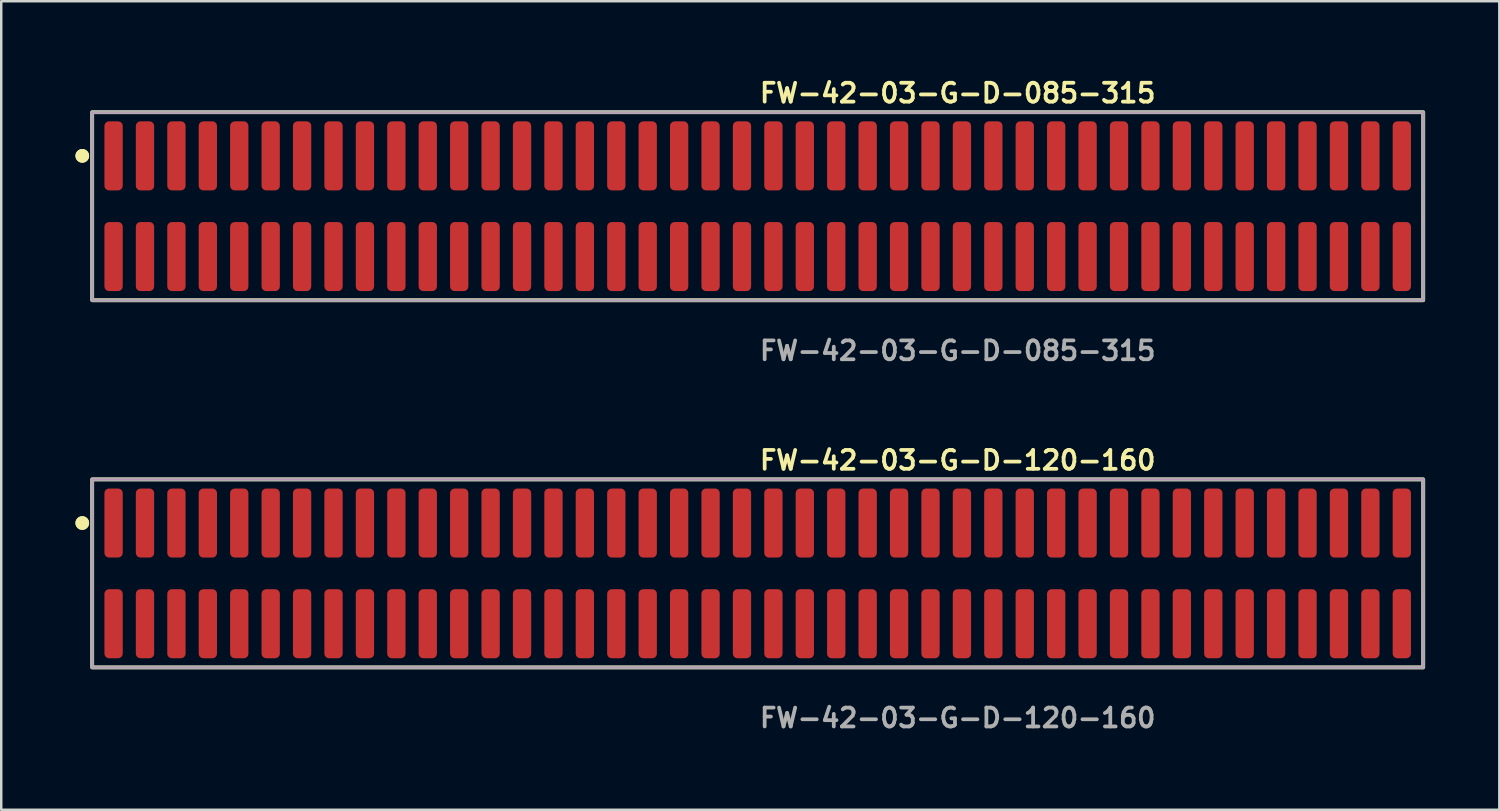
<source format=kicad_pcb>
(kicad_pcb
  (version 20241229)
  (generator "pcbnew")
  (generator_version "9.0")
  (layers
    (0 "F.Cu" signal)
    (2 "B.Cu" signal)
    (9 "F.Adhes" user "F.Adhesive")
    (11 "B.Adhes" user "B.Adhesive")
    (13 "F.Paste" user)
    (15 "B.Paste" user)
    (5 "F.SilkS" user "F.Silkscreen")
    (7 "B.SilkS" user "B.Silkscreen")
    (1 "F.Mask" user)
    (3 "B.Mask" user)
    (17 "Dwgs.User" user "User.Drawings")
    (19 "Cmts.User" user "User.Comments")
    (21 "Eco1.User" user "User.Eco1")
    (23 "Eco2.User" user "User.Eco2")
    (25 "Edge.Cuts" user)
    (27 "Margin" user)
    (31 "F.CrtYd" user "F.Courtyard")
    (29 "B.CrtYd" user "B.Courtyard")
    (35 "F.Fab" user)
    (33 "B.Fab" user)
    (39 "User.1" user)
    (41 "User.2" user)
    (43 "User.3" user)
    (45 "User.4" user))
  (footprint "FW-42-03-G-D-085-315"
    (layer "F.Cu")
    (at 27.576 5.285)
    (property "Reference" "FW-42-03-G-D-085-315" (at 0 -4.572 0) (unlocked yes) (layer "F.SilkS") (effects (font (size 0.762 0.762) (thickness 0.152)) (justify left)))
    (fp_rect (start -26.9 3.8) (end 26.9 -3.8) (stroke (width 0.152) (type solid)) (fill no) (layer "F.SilkS"))
    (fp_circle (center -27.3 -2.035) (end -27.5 -2.035) (stroke (width 0.152) (type solid)) (fill yes) (layer "F.SilkS"))
    (fp_circle (center -27.3 -2.035) (end -27.5 -2.035) (stroke (width 0.152) (type solid)) (fill yes) (layer "F.SilkS"))
    (fp_rect (start -26.9 3.8) (end 26.9 -3.8) (stroke (width 0.006) (type solid)) (fill no) (layer "F.CrtYd"))
    (fp_rect (start -26.9 3.8) (end 26.9 -3.8) (stroke (width 0.152) (type solid)) (fill no) (layer "F.Fab"))
    (fp_text user "${REFERENCE}" (at 0 5.842 0) (unlocked yes) (layer "F.Fab") (effects (font (size 0.762 0.762) (thickness 0.152)) (justify left)))
    (pad "1" smd roundrect (at -26.035 -2.035) (size 0.74 2.79) (layers "F.Cu" "F.Paste") (roundrect_rratio 0.25))
    (pad "2" smd roundrect (at -26.035 2.035) (size 0.74 2.79) (layers "F.Cu" "F.Paste") (roundrect_rratio 0.25))
    (pad "3" smd roundrect (at -24.765 -2.035) (size 0.74 2.79) (layers "F.Cu" "F.Paste") (roundrect_rratio 0.25))
    (pad "4" smd roundrect (at -24.765 2.035) (size 0.74 2.79) (layers "F.Cu" "F.Paste") (roundrect_rratio 0.25))
    (pad "5" smd roundrect (at -23.495 -2.035) (size 0.74 2.79) (layers "F.Cu" "F.Paste") (roundrect_rratio 0.25))
    (pad "6" smd roundrect (at -23.495 2.035) (size 0.74 2.79) (layers "F.Cu" "F.Paste") (roundrect_rratio 0.25))
    (pad "7" smd roundrect (at -22.225 -2.035) (size 0.74 2.79) (layers "F.Cu" "F.Paste") (roundrect_rratio 0.25))
    (pad "8" smd roundrect (at -22.225 2.035) (size 0.74 2.79) (layers "F.Cu" "F.Paste") (roundrect_rratio 0.25))
    (pad "9" smd roundrect (at -20.955 -2.035) (size 0.74 2.79) (layers "F.Cu" "F.Paste") (roundrect_rratio 0.25))
    (pad "10" smd roundrect (at -20.955 2.035) (size 0.74 2.79) (layers "F.Cu" "F.Paste") (roundrect_rratio 0.25))
    (pad "11" smd roundrect (at -19.685 -2.035) (size 0.74 2.79) (layers "F.Cu" "F.Paste") (roundrect_rratio 0.25))
    (pad "12" smd roundrect (at -19.685 2.035) (size 0.74 2.79) (layers "F.Cu" "F.Paste") (roundrect_rratio 0.25))
    (pad "13" smd roundrect (at -18.415 -2.035) (size 0.74 2.79) (layers "F.Cu" "F.Paste") (roundrect_rratio 0.25))
    (pad "14" smd roundrect (at -18.415 2.035) (size 0.74 2.79) (layers "F.Cu" "F.Paste") (roundrect_rratio 0.25))
    (pad "15" smd roundrect (at -17.145 -2.035) (size 0.74 2.79) (layers "F.Cu" "F.Paste") (roundrect_rratio 0.25))
    (pad "16" smd roundrect (at -17.145 2.035) (size 0.74 2.79) (layers "F.Cu" "F.Paste") (roundrect_rratio 0.25))
    (pad "17" smd roundrect (at -15.875 -2.035) (size 0.74 2.79) (layers "F.Cu" "F.Paste") (roundrect_rratio 0.25))
    (pad "18" smd roundrect (at -15.875 2.035) (size 0.74 2.79) (layers "F.Cu" "F.Paste") (roundrect_rratio 0.25))
    (pad "19" smd roundrect (at -14.605 -2.035) (size 0.74 2.79) (layers "F.Cu" "F.Paste") (roundrect_rratio 0.25))
    (pad "20" smd roundrect (at -14.605 2.035) (size 0.74 2.79) (layers "F.Cu" "F.Paste") (roundrect_rratio 0.25))
    (pad "21" smd roundrect (at -13.335 -2.035) (size 0.74 2.79) (layers "F.Cu" "F.Paste") (roundrect_rratio 0.25))
    (pad "22" smd roundrect (at -13.335 2.035) (size 0.74 2.79) (layers "F.Cu" "F.Paste") (roundrect_rratio 0.25))
    (pad "23" smd roundrect (at -12.065 -2.035) (size 0.74 2.79) (layers "F.Cu" "F.Paste") (roundrect_rratio 0.25))
    (pad "24" smd roundrect (at -12.065 2.035) (size 0.74 2.79) (layers "F.Cu" "F.Paste") (roundrect_rratio 0.25))
    (pad "25" smd roundrect (at -10.795 -2.035) (size 0.74 2.79) (layers "F.Cu" "F.Paste") (roundrect_rratio 0.25))
    (pad "26" smd roundrect (at -10.795 2.035) (size 0.74 2.79) (layers "F.Cu" "F.Paste") (roundrect_rratio 0.25))
    (pad "27" smd roundrect (at -9.525 -2.035) (size 0.74 2.79) (layers "F.Cu" "F.Paste") (roundrect_rratio 0.25))
    (pad "28" smd roundrect (at -9.525 2.035) (size 0.74 2.79) (layers "F.Cu" "F.Paste") (roundrect_rratio 0.25))
    (pad "29" smd roundrect (at -8.255 -2.035) (size 0.74 2.79) (layers "F.Cu" "F.Paste") (roundrect_rratio 0.25))
    (pad "30" smd roundrect (at -8.255 2.035) (size 0.74 2.79) (layers "F.Cu" "F.Paste") (roundrect_rratio 0.25))
    (pad "31" smd roundrect (at -6.985 -2.035) (size 0.74 2.79) (layers "F.Cu" "F.Paste") (roundrect_rratio 0.25))
    (pad "32" smd roundrect (at -6.985 2.035) (size 0.74 2.79) (layers "F.Cu" "F.Paste") (roundrect_rratio 0.25))
    (pad "33" smd roundrect (at -5.715 -2.035) (size 0.74 2.79) (layers "F.Cu" "F.Paste") (roundrect_rratio 0.25))
    (pad "34" smd roundrect (at -5.715 2.035) (size 0.74 2.79) (layers "F.Cu" "F.Paste") (roundrect_rratio 0.25))
    (pad "35" smd roundrect (at -4.445 -2.035) (size 0.74 2.79) (layers "F.Cu" "F.Paste") (roundrect_rratio 0.25))
    (pad "36" smd roundrect (at -4.445 2.035) (size 0.74 2.79) (layers "F.Cu" "F.Paste") (roundrect_rratio 0.25))
    (pad "37" smd roundrect (at -3.175 -2.035) (size 0.74 2.79) (layers "F.Cu" "F.Paste") (roundrect_rratio 0.25))
    (pad "38" smd roundrect (at -3.175 2.035) (size 0.74 2.79) (layers "F.Cu" "F.Paste") (roundrect_rratio 0.25))
    (pad "39" smd roundrect (at -1.905 -2.035) (size 0.74 2.79) (layers "F.Cu" "F.Paste") (roundrect_rratio 0.25))
    (pad "40" smd roundrect (at -1.905 2.035) (size 0.74 2.79) (layers "F.Cu" "F.Paste") (roundrect_rratio 0.25))
    (pad "41" smd roundrect (at -0.635 -2.035) (size 0.74 2.79) (layers "F.Cu" "F.Paste") (roundrect_rratio 0.25))
    (pad "42" smd roundrect (at -0.635 2.035) (size 0.74 2.79) (layers "F.Cu" "F.Paste") (roundrect_rratio 0.25))
    (pad "43" smd roundrect (at 0.635 -2.035) (size 0.74 2.79) (layers "F.Cu" "F.Paste") (roundrect_rratio 0.25))
    (pad "44" smd roundrect (at 0.635 2.035) (size 0.74 2.79) (layers "F.Cu" "F.Paste") (roundrect_rratio 0.25))
    (pad "45" smd roundrect (at 1.905 -2.035) (size 0.74 2.79) (layers "F.Cu" "F.Paste") (roundrect_rratio 0.25))
    (pad "46" smd roundrect (at 1.905 2.035) (size 0.74 2.79) (layers "F.Cu" "F.Paste") (roundrect_rratio 0.25))
    (pad "47" smd roundrect (at 3.175 -2.035) (size 0.74 2.79) (layers "F.Cu" "F.Paste") (roundrect_rratio 0.25))
    (pad "48" smd roundrect (at 3.175 2.035) (size 0.74 2.79) (layers "F.Cu" "F.Paste") (roundrect_rratio 0.25))
    (pad "49" smd roundrect (at 4.445 -2.035) (size 0.74 2.79) (layers "F.Cu" "F.Paste") (roundrect_rratio 0.25))
    (pad "50" smd roundrect (at 4.445 2.035) (size 0.74 2.79) (layers "F.Cu" "F.Paste") (roundrect_rratio 0.25))
    (pad "51" smd roundrect (at 5.715 -2.035) (size 0.74 2.79) (layers "F.Cu" "F.Paste") (roundrect_rratio 0.25))
    (pad "52" smd roundrect (at 5.715 2.035) (size 0.74 2.79) (layers "F.Cu" "F.Paste") (roundrect_rratio 0.25))
    (pad "53" smd roundrect (at 6.985 -2.035) (size 0.74 2.79) (layers "F.Cu" "F.Paste") (roundrect_rratio 0.25))
    (pad "54" smd roundrect (at 6.985 2.035) (size 0.74 2.79) (layers "F.Cu" "F.Paste") (roundrect_rratio 0.25))
    (pad "55" smd roundrect (at 8.255 -2.035) (size 0.74 2.79) (layers "F.Cu" "F.Paste") (roundrect_rratio 0.25))
    (pad "56" smd roundrect (at 8.255 2.035) (size 0.74 2.79) (layers "F.Cu" "F.Paste") (roundrect_rratio 0.25))
    (pad "57" smd roundrect (at 9.525 -2.035) (size 0.74 2.79) (layers "F.Cu" "F.Paste") (roundrect_rratio 0.25))
    (pad "58" smd roundrect (at 9.525 2.035) (size 0.74 2.79) (layers "F.Cu" "F.Paste") (roundrect_rratio 0.25))
    (pad "59" smd roundrect (at 10.795 -2.035) (size 0.74 2.79) (layers "F.Cu" "F.Paste") (roundrect_rratio 0.25))
    (pad "60" smd roundrect (at 10.795 2.035) (size 0.74 2.79) (layers "F.Cu" "F.Paste") (roundrect_rratio 0.25))
    (pad "61" smd roundrect (at 12.065 -2.035) (size 0.74 2.79) (layers "F.Cu" "F.Paste") (roundrect_rratio 0.25))
    (pad "62" smd roundrect (at 12.065 2.035) (size 0.74 2.79) (layers "F.Cu" "F.Paste") (roundrect_rratio 0.25))
    (pad "63" smd roundrect (at 13.335 -2.035) (size 0.74 2.79) (layers "F.Cu" "F.Paste") (roundrect_rratio 0.25))
    (pad "64" smd roundrect (at 13.335 2.035) (size 0.74 2.79) (layers "F.Cu" "F.Paste") (roundrect_rratio 0.25))
    (pad "65" smd roundrect (at 14.605 -2.035) (size 0.74 2.79) (layers "F.Cu" "F.Paste") (roundrect_rratio 0.25))
    (pad "66" smd roundrect (at 14.605 2.035) (size 0.74 2.79) (layers "F.Cu" "F.Paste") (roundrect_rratio 0.25))
    (pad "67" smd roundrect (at 15.875 -2.035) (size 0.74 2.79) (layers "F.Cu" "F.Paste") (roundrect_rratio 0.25))
    (pad "68" smd roundrect (at 15.875 2.035) (size 0.74 2.79) (layers "F.Cu" "F.Paste") (roundrect_rratio 0.25))
    (pad "69" smd roundrect (at 17.145 -2.035) (size 0.74 2.79) (layers "F.Cu" "F.Paste") (roundrect_rratio 0.25))
    (pad "70" smd roundrect (at 17.145 2.035) (size 0.74 2.79) (layers "F.Cu" "F.Paste") (roundrect_rratio 0.25))
    (pad "71" smd roundrect (at 18.415 -2.035) (size 0.74 2.79) (layers "F.Cu" "F.Paste") (roundrect_rratio 0.25))
    (pad "72" smd roundrect (at 18.415 2.035) (size 0.74 2.79) (layers "F.Cu" "F.Paste") (roundrect_rratio 0.25))
    (pad "73" smd roundrect (at 19.685 -2.035) (size 0.74 2.79) (layers "F.Cu" "F.Paste") (roundrect_rratio 0.25))
    (pad "74" smd roundrect (at 19.685 2.035) (size 0.74 2.79) (layers "F.Cu" "F.Paste") (roundrect_rratio 0.25))
    (pad "75" smd roundrect (at 20.955 -2.035) (size 0.74 2.79) (layers "F.Cu" "F.Paste") (roundrect_rratio 0.25))
    (pad "76" smd roundrect (at 20.955 2.035) (size 0.74 2.79) (layers "F.Cu" "F.Paste") (roundrect_rratio 0.25))
    (pad "77" smd roundrect (at 22.225 -2.035) (size 0.74 2.79) (layers "F.Cu" "F.Paste") (roundrect_rratio 0.25))
    (pad "78" smd roundrect (at 22.225 2.035) (size 0.74 2.79) (layers "F.Cu" "F.Paste") (roundrect_rratio 0.25))
    (pad "79" smd roundrect (at 23.495 -2.035) (size 0.74 2.79) (layers "F.Cu" "F.Paste") (roundrect_rratio 0.25))
    (pad "80" smd roundrect (at 23.495 2.035) (size 0.74 2.79) (layers "F.Cu" "F.Paste") (roundrect_rratio 0.25))
    (pad "81" smd roundrect (at 24.765 -2.035) (size 0.74 2.79) (layers "F.Cu" "F.Paste") (roundrect_rratio 0.25))
    (pad "82" smd roundrect (at 24.765 2.035) (size 0.74 2.79) (layers "F.Cu" "F.Paste") (roundrect_rratio 0.25))
    (pad "83" smd roundrect (at 26.035 -2.035) (size 0.74 2.79) (layers "F.Cu" "F.Paste") (roundrect_rratio 0.25))
    (pad "84" smd roundrect (at 26.035 2.035) (size 0.74 2.79) (layers "F.Cu" "F.Paste") (roundrect_rratio 0.25)))
  (footprint "FW-42-03-G-D-120-160"
    (layer "F.Cu")
    (at 27.576 20.126)
    (property "Reference" "FW-42-03-G-D-120-160" (at 0 -4.572 0) (unlocked yes) (layer "F.SilkS") (effects (font (size 0.762 0.762) (thickness 0.152)) (justify left)))
    (fp_rect (start -26.9 3.8) (end 26.9 -3.8) (stroke (width 0.152) (type solid)) (fill no) (layer "F.SilkS"))
    (fp_circle (center -27.3 -2.035) (end -27.5 -2.035) (stroke (width 0.152) (type solid)) (fill yes) (layer "F.SilkS"))
    (fp_circle (center -27.3 -2.035) (end -27.5 -2.035) (stroke (width 0.152) (type solid)) (fill yes) (layer "F.SilkS"))
    (fp_rect (start -26.9 3.8) (end 26.9 -3.8) (stroke (width 0.006) (type solid)) (fill no) (layer "F.CrtYd"))
    (fp_rect (start -26.9 3.8) (end 26.9 -3.8) (stroke (width 0.152) (type solid)) (fill no) (layer "F.Fab"))
    (fp_text user "${REFERENCE}" (at 0 5.842 0) (unlocked yes) (layer "F.Fab") (effects (font (size 0.762 0.762) (thickness 0.152)) (justify left)))
    (pad "1" smd roundrect (at -26.035 -2.035) (size 0.74 2.79) (layers "F.Cu" "F.Paste") (roundrect_rratio 0.25))
    (pad "2" smd roundrect (at -26.035 2.035) (size 0.74 2.79) (layers "F.Cu" "F.Paste") (roundrect_rratio 0.25))
    (pad "3" smd roundrect (at -24.765 -2.035) (size 0.74 2.79) (layers "F.Cu" "F.Paste") (roundrect_rratio 0.25))
    (pad "4" smd roundrect (at -24.765 2.035) (size 0.74 2.79) (layers "F.Cu" "F.Paste") (roundrect_rratio 0.25))
    (pad "5" smd roundrect (at -23.495 -2.035) (size 0.74 2.79) (layers "F.Cu" "F.Paste") (roundrect_rratio 0.25))
    (pad "6" smd roundrect (at -23.495 2.035) (size 0.74 2.79) (layers "F.Cu" "F.Paste") (roundrect_rratio 0.25))
    (pad "7" smd roundrect (at -22.225 -2.035) (size 0.74 2.79) (layers "F.Cu" "F.Paste") (roundrect_rratio 0.25))
    (pad "8" smd roundrect (at -22.225 2.035) (size 0.74 2.79) (layers "F.Cu" "F.Paste") (roundrect_rratio 0.25))
    (pad "9" smd roundrect (at -20.955 -2.035) (size 0.74 2.79) (layers "F.Cu" "F.Paste") (roundrect_rratio 0.25))
    (pad "10" smd roundrect (at -20.955 2.035) (size 0.74 2.79) (layers "F.Cu" "F.Paste") (roundrect_rratio 0.25))
    (pad "11" smd roundrect (at -19.685 -2.035) (size 0.74 2.79) (layers "F.Cu" "F.Paste") (roundrect_rratio 0.25))
    (pad "12" smd roundrect (at -19.685 2.035) (size 0.74 2.79) (layers "F.Cu" "F.Paste") (roundrect_rratio 0.25))
    (pad "13" smd roundrect (at -18.415 -2.035) (size 0.74 2.79) (layers "F.Cu" "F.Paste") (roundrect_rratio 0.25))
    (pad "14" smd roundrect (at -18.415 2.035) (size 0.74 2.79) (layers "F.Cu" "F.Paste") (roundrect_rratio 0.25))
    (pad "15" smd roundrect (at -17.145 -2.035) (size 0.74 2.79) (layers "F.Cu" "F.Paste") (roundrect_rratio 0.25))
    (pad "16" smd roundrect (at -17.145 2.035) (size 0.74 2.79) (layers "F.Cu" "F.Paste") (roundrect_rratio 0.25))
    (pad "17" smd roundrect (at -15.875 -2.035) (size 0.74 2.79) (layers "F.Cu" "F.Paste") (roundrect_rratio 0.25))
    (pad "18" smd roundrect (at -15.875 2.035) (size 0.74 2.79) (layers "F.Cu" "F.Paste") (roundrect_rratio 0.25))
    (pad "19" smd roundrect (at -14.605 -2.035) (size 0.74 2.79) (layers "F.Cu" "F.Paste") (roundrect_rratio 0.25))
    (pad "20" smd roundrect (at -14.605 2.035) (size 0.74 2.79) (layers "F.Cu" "F.Paste") (roundrect_rratio 0.25))
    (pad "21" smd roundrect (at -13.335 -2.035) (size 0.74 2.79) (layers "F.Cu" "F.Paste") (roundrect_rratio 0.25))
    (pad "22" smd roundrect (at -13.335 2.035) (size 0.74 2.79) (layers "F.Cu" "F.Paste") (roundrect_rratio 0.25))
    (pad "23" smd roundrect (at -12.065 -2.035) (size 0.74 2.79) (layers "F.Cu" "F.Paste") (roundrect_rratio 0.25))
    (pad "24" smd roundrect (at -12.065 2.035) (size 0.74 2.79) (layers "F.Cu" "F.Paste") (roundrect_rratio 0.25))
    (pad "25" smd roundrect (at -10.795 -2.035) (size 0.74 2.79) (layers "F.Cu" "F.Paste") (roundrect_rratio 0.25))
    (pad "26" smd roundrect (at -10.795 2.035) (size 0.74 2.79) (layers "F.Cu" "F.Paste") (roundrect_rratio 0.25))
    (pad "27" smd roundrect (at -9.525 -2.035) (size 0.74 2.79) (layers "F.Cu" "F.Paste") (roundrect_rratio 0.25))
    (pad "28" smd roundrect (at -9.525 2.035) (size 0.74 2.79) (layers "F.Cu" "F.Paste") (roundrect_rratio 0.25))
    (pad "29" smd roundrect (at -8.255 -2.035) (size 0.74 2.79) (layers "F.Cu" "F.Paste") (roundrect_rratio 0.25))
    (pad "30" smd roundrect (at -8.255 2.035) (size 0.74 2.79) (layers "F.Cu" "F.Paste") (roundrect_rratio 0.25))
    (pad "31" smd roundrect (at -6.985 -2.035) (size 0.74 2.79) (layers "F.Cu" "F.Paste") (roundrect_rratio 0.25))
    (pad "32" smd roundrect (at -6.985 2.035) (size 0.74 2.79) (layers "F.Cu" "F.Paste") (roundrect_rratio 0.25))
    (pad "33" smd roundrect (at -5.715 -2.035) (size 0.74 2.79) (layers "F.Cu" "F.Paste") (roundrect_rratio 0.25))
    (pad "34" smd roundrect (at -5.715 2.035) (size 0.74 2.79) (layers "F.Cu" "F.Paste") (roundrect_rratio 0.25))
    (pad "35" smd roundrect (at -4.445 -2.035) (size 0.74 2.79) (layers "F.Cu" "F.Paste") (roundrect_rratio 0.25))
    (pad "36" smd roundrect (at -4.445 2.035) (size 0.74 2.79) (layers "F.Cu" "F.Paste") (roundrect_rratio 0.25))
    (pad "37" smd roundrect (at -3.175 -2.035) (size 0.74 2.79) (layers "F.Cu" "F.Paste") (roundrect_rratio 0.25))
    (pad "38" smd roundrect (at -3.175 2.035) (size 0.74 2.79) (layers "F.Cu" "F.Paste") (roundrect_rratio 0.25))
    (pad "39" smd roundrect (at -1.905 -2.035) (size 0.74 2.79) (layers "F.Cu" "F.Paste") (roundrect_rratio 0.25))
    (pad "40" smd roundrect (at -1.905 2.035) (size 0.74 2.79) (layers "F.Cu" "F.Paste") (roundrect_rratio 0.25))
    (pad "41" smd roundrect (at -0.635 -2.035) (size 0.74 2.79) (layers "F.Cu" "F.Paste") (roundrect_rratio 0.25))
    (pad "42" smd roundrect (at -0.635 2.035) (size 0.74 2.79) (layers "F.Cu" "F.Paste") (roundrect_rratio 0.25))
    (pad "43" smd roundrect (at 0.635 -2.035) (size 0.74 2.79) (layers "F.Cu" "F.Paste") (roundrect_rratio 0.25))
    (pad "44" smd roundrect (at 0.635 2.035) (size 0.74 2.79) (layers "F.Cu" "F.Paste") (roundrect_rratio 0.25))
    (pad "45" smd roundrect (at 1.905 -2.035) (size 0.74 2.79) (layers "F.Cu" "F.Paste") (roundrect_rratio 0.25))
    (pad "46" smd roundrect (at 1.905 2.035) (size 0.74 2.79) (layers "F.Cu" "F.Paste") (roundrect_rratio 0.25))
    (pad "47" smd roundrect (at 3.175 -2.035) (size 0.74 2.79) (layers "F.Cu" "F.Paste") (roundrect_rratio 0.25))
    (pad "48" smd roundrect (at 3.175 2.035) (size 0.74 2.79) (layers "F.Cu" "F.Paste") (roundrect_rratio 0.25))
    (pad "49" smd roundrect (at 4.445 -2.035) (size 0.74 2.79) (layers "F.Cu" "F.Paste") (roundrect_rratio 0.25))
    (pad "50" smd roundrect (at 4.445 2.035) (size 0.74 2.79) (layers "F.Cu" "F.Paste") (roundrect_rratio 0.25))
    (pad "51" smd roundrect (at 5.715 -2.035) (size 0.74 2.79) (layers "F.Cu" "F.Paste") (roundrect_rratio 0.25))
    (pad "52" smd roundrect (at 5.715 2.035) (size 0.74 2.79) (layers "F.Cu" "F.Paste") (roundrect_rratio 0.25))
    (pad "53" smd roundrect (at 6.985 -2.035) (size 0.74 2.79) (layers "F.Cu" "F.Paste") (roundrect_rratio 0.25))
    (pad "54" smd roundrect (at 6.985 2.035) (size 0.74 2.79) (layers "F.Cu" "F.Paste") (roundrect_rratio 0.25))
    (pad "55" smd roundrect (at 8.255 -2.035) (size 0.74 2.79) (layers "F.Cu" "F.Paste") (roundrect_rratio 0.25))
    (pad "56" smd roundrect (at 8.255 2.035) (size 0.74 2.79) (layers "F.Cu" "F.Paste") (roundrect_rratio 0.25))
    (pad "57" smd roundrect (at 9.525 -2.035) (size 0.74 2.79) (layers "F.Cu" "F.Paste") (roundrect_rratio 0.25))
    (pad "58" smd roundrect (at 9.525 2.035) (size 0.74 2.79) (layers "F.Cu" "F.Paste") (roundrect_rratio 0.25))
    (pad "59" smd roundrect (at 10.795 -2.035) (size 0.74 2.79) (layers "F.Cu" "F.Paste") (roundrect_rratio 0.25))
    (pad "60" smd roundrect (at 10.795 2.035) (size 0.74 2.79) (layers "F.Cu" "F.Paste") (roundrect_rratio 0.25))
    (pad "61" smd roundrect (at 12.065 -2.035) (size 0.74 2.79) (layers "F.Cu" "F.Paste") (roundrect_rratio 0.25))
    (pad "62" smd roundrect (at 12.065 2.035) (size 0.74 2.79) (layers "F.Cu" "F.Paste") (roundrect_rratio 0.25))
    (pad "63" smd roundrect (at 13.335 -2.035) (size 0.74 2.79) (layers "F.Cu" "F.Paste") (roundrect_rratio 0.25))
    (pad "64" smd roundrect (at 13.335 2.035) (size 0.74 2.79) (layers "F.Cu" "F.Paste") (roundrect_rratio 0.25))
    (pad "65" smd roundrect (at 14.605 -2.035) (size 0.74 2.79) (layers "F.Cu" "F.Paste") (roundrect_rratio 0.25))
    (pad "66" smd roundrect (at 14.605 2.035) (size 0.74 2.79) (layers "F.Cu" "F.Paste") (roundrect_rratio 0.25))
    (pad "67" smd roundrect (at 15.875 -2.035) (size 0.74 2.79) (layers "F.Cu" "F.Paste") (roundrect_rratio 0.25))
    (pad "68" smd roundrect (at 15.875 2.035) (size 0.74 2.79) (layers "F.Cu" "F.Paste") (roundrect_rratio 0.25))
    (pad "69" smd roundrect (at 17.145 -2.035) (size 0.74 2.79) (layers "F.Cu" "F.Paste") (roundrect_rratio 0.25))
    (pad "70" smd roundrect (at 17.145 2.035) (size 0.74 2.79) (layers "F.Cu" "F.Paste") (roundrect_rratio 0.25))
    (pad "71" smd roundrect (at 18.415 -2.035) (size 0.74 2.79) (layers "F.Cu" "F.Paste") (roundrect_rratio 0.25))
    (pad "72" smd roundrect (at 18.415 2.035) (size 0.74 2.79) (layers "F.Cu" "F.Paste") (roundrect_rratio 0.25))
    (pad "73" smd roundrect (at 19.685 -2.035) (size 0.74 2.79) (layers "F.Cu" "F.Paste") (roundrect_rratio 0.25))
    (pad "74" smd roundrect (at 19.685 2.035) (size 0.74 2.79) (layers "F.Cu" "F.Paste") (roundrect_rratio 0.25))
    (pad "75" smd roundrect (at 20.955 -2.035) (size 0.74 2.79) (layers "F.Cu" "F.Paste") (roundrect_rratio 0.25))
    (pad "76" smd roundrect (at 20.955 2.035) (size 0.74 2.79) (layers "F.Cu" "F.Paste") (roundrect_rratio 0.25))
    (pad "77" smd roundrect (at 22.225 -2.035) (size 0.74 2.79) (layers "F.Cu" "F.Paste") (roundrect_rratio 0.25))
    (pad "78" smd roundrect (at 22.225 2.035) (size 0.74 2.79) (layers "F.Cu" "F.Paste") (roundrect_rratio 0.25))
    (pad "79" smd roundrect (at 23.495 -2.035) (size 0.74 2.79) (layers "F.Cu" "F.Paste") (roundrect_rratio 0.25))
    (pad "80" smd roundrect (at 23.495 2.035) (size 0.74 2.79) (layers "F.Cu" "F.Paste") (roundrect_rratio 0.25))
    (pad "81" smd roundrect (at 24.765 -2.035) (size 0.74 2.79) (layers "F.Cu" "F.Paste") (roundrect_rratio 0.25))
    (pad "82" smd roundrect (at 24.765 2.035) (size 0.74 2.79) (layers "F.Cu" "F.Paste") (roundrect_rratio 0.25))
    (pad "83" smd roundrect (at 26.035 -2.035) (size 0.74 2.79) (layers "F.Cu" "F.Paste") (roundrect_rratio 0.25))
    (pad "84" smd roundrect (at 26.035 2.035) (size 0.74 2.79) (layers "F.Cu" "F.Paste") (roundrect_rratio 0.25)))
  (gr_rect
    (start -3 -3)
    (end 57.552 29.681)
    (stroke (width 0.1) (type default))
    (fill no)
    (layer "Edge.Cuts")))
</source>
